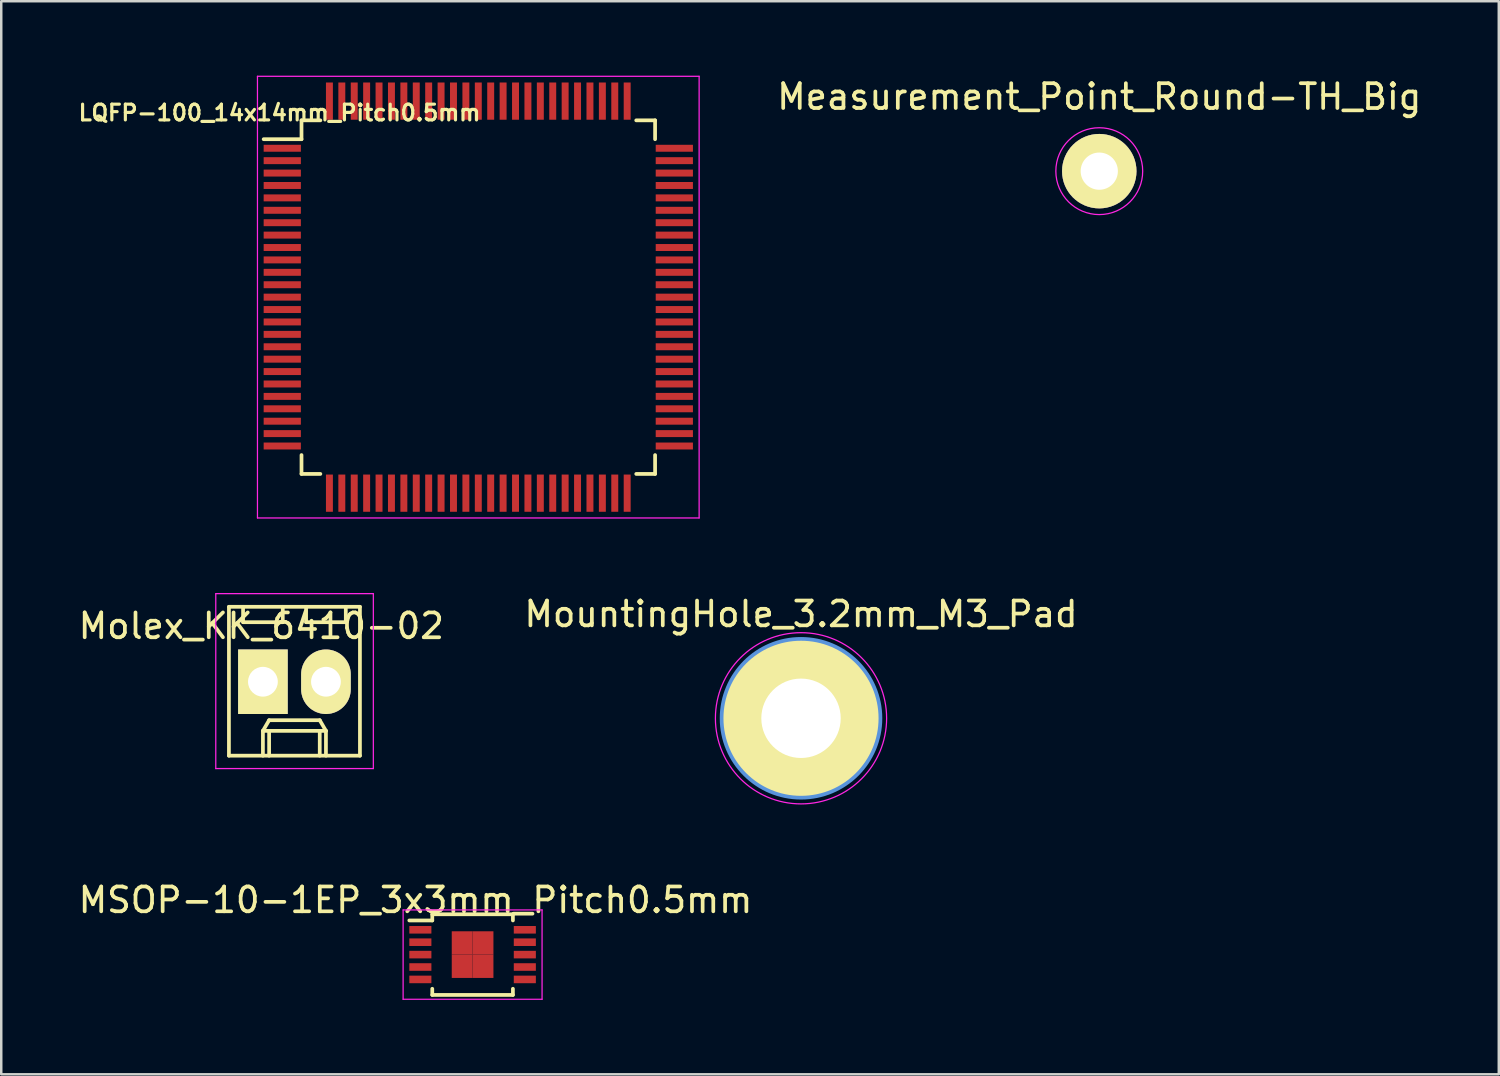
<source format=kicad_pcb>
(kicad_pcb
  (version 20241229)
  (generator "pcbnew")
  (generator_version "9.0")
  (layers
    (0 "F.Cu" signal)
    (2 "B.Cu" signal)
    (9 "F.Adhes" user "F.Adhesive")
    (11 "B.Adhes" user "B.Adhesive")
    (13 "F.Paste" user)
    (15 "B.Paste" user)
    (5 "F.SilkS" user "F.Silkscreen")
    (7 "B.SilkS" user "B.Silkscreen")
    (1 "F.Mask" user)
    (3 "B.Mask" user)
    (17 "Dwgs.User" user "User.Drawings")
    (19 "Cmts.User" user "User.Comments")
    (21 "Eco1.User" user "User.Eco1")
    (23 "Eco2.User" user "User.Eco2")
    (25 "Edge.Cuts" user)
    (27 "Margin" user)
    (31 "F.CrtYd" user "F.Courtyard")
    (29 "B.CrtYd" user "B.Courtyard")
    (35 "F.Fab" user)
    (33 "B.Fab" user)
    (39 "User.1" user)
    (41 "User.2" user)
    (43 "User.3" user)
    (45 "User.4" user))
  (footprint "LQFP-100_14x14mm_Pitch0.5mm"
    (layer "F.Cu")
    (at 16.226 8.925)
    (property "Reference" "LQFP-100_14x14mm_Pitch0.5mm" (at -8.01 -7.43 0) (layer "F.SilkS") (effects (font (size 0.635 0.635) (thickness 0.127))))
    (attr smd)
    (fp_line (start -7.125 -7.125) (end -7.125 -6.365) (stroke (width 0.15) (type solid)) (layer "F.SilkS"))
    (fp_line (start -7.125 -7.125) (end -6.365 -7.125) (stroke (width 0.15) (type solid)) (layer "F.SilkS"))
    (fp_line (start -7.125 -6.365) (end -8.65 -6.365) (stroke (width 0.15) (type solid)) (layer "F.SilkS"))
    (fp_line (start -7.125 7.125) (end -7.125 6.365) (stroke (width 0.15) (type solid)) (layer "F.SilkS"))
    (fp_line (start -7.125 7.125) (end -6.365 7.125) (stroke (width 0.15) (type solid)) (layer "F.SilkS"))
    (fp_line (start 7.125 -7.125) (end 6.365 -7.125) (stroke (width 0.15) (type solid)) (layer "F.SilkS"))
    (fp_line (start 7.125 -7.125) (end 7.125 -6.365) (stroke (width 0.15) (type solid)) (layer "F.SilkS"))
    (fp_line (start 7.125 7.125) (end 6.365 7.125) (stroke (width 0.15) (type solid)) (layer "F.SilkS"))
    (fp_line (start 7.125 7.125) (end 7.125 6.365) (stroke (width 0.15) (type solid)) (layer "F.SilkS"))
    (fp_line (start -8.9 -8.9) (end -8.9 8.9) (stroke (width 0.05) (type solid)) (layer "F.CrtYd"))
    (fp_line (start -8.9 -8.9) (end 8.9 -8.9) (stroke (width 0.05) (type solid)) (layer "F.CrtYd"))
    (fp_line (start -8.9 8.9) (end 8.9 8.9) (stroke (width 0.05) (type solid)) (layer "F.CrtYd"))
    (fp_line (start 8.9 -8.9) (end 8.9 8.9) (stroke (width 0.05) (type solid)) (layer "F.CrtYd"))
    (pad "1" smd rect (at -7.9 -6) (size 1.5 0.28) (layers "F.Cu" "F.Mask" "F.Paste"))
    (pad "2" smd rect (at -7.9 -5.5) (size 1.5 0.28) (layers "F.Cu" "F.Mask" "F.Paste"))
    (pad "3" smd rect (at -7.9 -5) (size 1.5 0.28) (layers "F.Cu" "F.Mask" "F.Paste"))
    (pad "4" smd rect (at -7.9 -4.5) (size 1.5 0.28) (layers "F.Cu" "F.Mask" "F.Paste"))
    (pad "5" smd rect (at -7.9 -4) (size 1.5 0.28) (layers "F.Cu" "F.Mask" "F.Paste"))
    (pad "6" smd rect (at -7.9 -3.5) (size 1.5 0.28) (layers "F.Cu" "F.Mask" "F.Paste"))
    (pad "7" smd rect (at -7.9 -3) (size 1.5 0.28) (layers "F.Cu" "F.Mask" "F.Paste"))
    (pad "8" smd rect (at -7.9 -2.5) (size 1.5 0.28) (layers "F.Cu" "F.Mask" "F.Paste"))
    (pad "9" smd rect (at -7.9 -2) (size 1.5 0.28) (layers "F.Cu" "F.Mask" "F.Paste"))
    (pad "10" smd rect (at -7.9 -1.5) (size 1.5 0.28) (layers "F.Cu" "F.Mask" "F.Paste"))
    (pad "11" smd rect (at -7.9 -1) (size 1.5 0.28) (layers "F.Cu" "F.Mask" "F.Paste"))
    (pad "12" smd rect (at -7.9 -0.5) (size 1.5 0.28) (layers "F.Cu" "F.Mask" "F.Paste"))
    (pad "13" smd rect (at -7.9 0) (size 1.5 0.28) (layers "F.Cu" "F.Mask" "F.Paste"))
    (pad "14" smd rect (at -7.9 0.5) (size 1.5 0.28) (layers "F.Cu" "F.Mask" "F.Paste"))
    (pad "15" smd rect (at -7.9 1) (size 1.5 0.28) (layers "F.Cu" "F.Mask" "F.Paste"))
    (pad "16" smd rect (at -7.9 1.5) (size 1.5 0.28) (layers "F.Cu" "F.Mask" "F.Paste"))
    (pad "17" smd rect (at -7.9 2) (size 1.5 0.28) (layers "F.Cu" "F.Mask" "F.Paste"))
    (pad "18" smd rect (at -7.9 2.5) (size 1.5 0.28) (layers "F.Cu" "F.Mask" "F.Paste"))
    (pad "19" smd rect (at -7.9 3) (size 1.5 0.28) (layers "F.Cu" "F.Mask" "F.Paste"))
    (pad "20" smd rect (at -7.9 3.5) (size 1.5 0.28) (layers "F.Cu" "F.Mask" "F.Paste"))
    (pad "21" smd rect (at -7.9 4) (size 1.5 0.28) (layers "F.Cu" "F.Mask" "F.Paste"))
    (pad "22" smd rect (at -7.9 4.5) (size 1.5 0.28) (layers "F.Cu" "F.Mask" "F.Paste"))
    (pad "23" smd rect (at -7.9 5) (size 1.5 0.28) (layers "F.Cu" "F.Mask" "F.Paste"))
    (pad "24" smd rect (at -7.9 5.5) (size 1.5 0.28) (layers "F.Cu" "F.Mask" "F.Paste"))
    (pad "25" smd rect (at -7.9 6) (size 1.5 0.28) (layers "F.Cu" "F.Mask" "F.Paste"))
    (pad "26" smd rect (at -6 7.9 90) (size 1.5 0.28) (layers "F.Cu" "F.Mask" "F.Paste"))
    (pad "27" smd rect (at -5.5 7.9 90) (size 1.5 0.28) (layers "F.Cu" "F.Mask" "F.Paste"))
    (pad "28" smd rect (at -5 7.9 90) (size 1.5 0.28) (layers "F.Cu" "F.Mask" "F.Paste"))
    (pad "29" smd rect (at -4.5 7.9 90) (size 1.5 0.28) (layers "F.Cu" "F.Mask" "F.Paste"))
    (pad "30" smd rect (at -4 7.9 90) (size 1.5 0.28) (layers "F.Cu" "F.Mask" "F.Paste"))
    (pad "31" smd rect (at -3.5 7.9 90) (size 1.5 0.28) (layers "F.Cu" "F.Mask" "F.Paste"))
    (pad "32" smd rect (at -3 7.9 90) (size 1.5 0.28) (layers "F.Cu" "F.Mask" "F.Paste"))
    (pad "33" smd rect (at -2.5 7.9 90) (size 1.5 0.28) (layers "F.Cu" "F.Mask" "F.Paste"))
    (pad "34" smd rect (at -2 7.9 90) (size 1.5 0.28) (layers "F.Cu" "F.Mask" "F.Paste"))
    (pad "35" smd rect (at -1.5 7.9 90) (size 1.5 0.28) (layers "F.Cu" "F.Mask" "F.Paste"))
    (pad "36" smd rect (at -1 7.9 90) (size 1.5 0.28) (layers "F.Cu" "F.Mask" "F.Paste"))
    (pad "37" smd rect (at -0.5 7.9 90) (size 1.5 0.28) (layers "F.Cu" "F.Mask" "F.Paste"))
    (pad "38" smd rect (at 0 7.9 90) (size 1.5 0.28) (layers "F.Cu" "F.Mask" "F.Paste"))
    (pad "39" smd rect (at 0.5 7.9 90) (size 1.5 0.28) (layers "F.Cu" "F.Mask" "F.Paste"))
    (pad "40" smd rect (at 1 7.9 90) (size 1.5 0.28) (layers "F.Cu" "F.Mask" "F.Paste"))
    (pad "41" smd rect (at 1.5 7.9 90) (size 1.5 0.28) (layers "F.Cu" "F.Mask" "F.Paste"))
    (pad "42" smd rect (at 2 7.9 90) (size 1.5 0.28) (layers "F.Cu" "F.Mask" "F.Paste"))
    (pad "43" smd rect (at 2.5 7.9 90) (size 1.5 0.28) (layers "F.Cu" "F.Mask" "F.Paste"))
    (pad "44" smd rect (at 3 7.9 90) (size 1.5 0.28) (layers "F.Cu" "F.Mask" "F.Paste"))
    (pad "45" smd rect (at 3.5 7.9 90) (size 1.5 0.28) (layers "F.Cu" "F.Mask" "F.Paste"))
    (pad "46" smd rect (at 4 7.9 90) (size 1.5 0.28) (layers "F.Cu" "F.Mask" "F.Paste"))
    (pad "47" smd rect (at 4.5 7.9 90) (size 1.5 0.28) (layers "F.Cu" "F.Mask" "F.Paste"))
    (pad "48" smd rect (at 5 7.9 90) (size 1.5 0.28) (layers "F.Cu" "F.Mask" "F.Paste"))
    (pad "49" smd rect (at 5.5 7.9 90) (size 1.5 0.28) (layers "F.Cu" "F.Mask" "F.Paste"))
    (pad "50" smd rect (at 6 7.9 90) (size 1.5 0.28) (layers "F.Cu" "F.Mask" "F.Paste"))
    (pad "51" smd rect (at 7.9 6) (size 1.5 0.28) (layers "F.Cu" "F.Mask" "F.Paste"))
    (pad "52" smd rect (at 7.9 5.5) (size 1.5 0.28) (layers "F.Cu" "F.Mask" "F.Paste"))
    (pad "53" smd rect (at 7.9 5) (size 1.5 0.28) (layers "F.Cu" "F.Mask" "F.Paste"))
    (pad "54" smd rect (at 7.9 4.5) (size 1.5 0.28) (layers "F.Cu" "F.Mask" "F.Paste"))
    (pad "55" smd rect (at 7.9 4) (size 1.5 0.28) (layers "F.Cu" "F.Mask" "F.Paste"))
    (pad "56" smd rect (at 7.9 3.5) (size 1.5 0.28) (layers "F.Cu" "F.Mask" "F.Paste"))
    (pad "57" smd rect (at 7.9 3) (size 1.5 0.28) (layers "F.Cu" "F.Mask" "F.Paste"))
    (pad "58" smd rect (at 7.9 2.5) (size 1.5 0.28) (layers "F.Cu" "F.Mask" "F.Paste"))
    (pad "59" smd rect (at 7.9 2) (size 1.5 0.28) (layers "F.Cu" "F.Mask" "F.Paste"))
    (pad "60" smd rect (at 7.9 1.5) (size 1.5 0.28) (layers "F.Cu" "F.Mask" "F.Paste"))
    (pad "61" smd rect (at 7.9 1) (size 1.5 0.28) (layers "F.Cu" "F.Mask" "F.Paste"))
    (pad "62" smd rect (at 7.9 0.5) (size 1.5 0.28) (layers "F.Cu" "F.Mask" "F.Paste"))
    (pad "63" smd rect (at 7.9 0) (size 1.5 0.28) (layers "F.Cu" "F.Mask" "F.Paste"))
    (pad "64" smd rect (at 7.9 -0.5) (size 1.5 0.28) (layers "F.Cu" "F.Mask" "F.Paste"))
    (pad "65" smd rect (at 7.9 -1) (size 1.5 0.28) (layers "F.Cu" "F.Mask" "F.Paste"))
    (pad "66" smd rect (at 7.9 -1.5) (size 1.5 0.28) (layers "F.Cu" "F.Mask" "F.Paste"))
    (pad "67" smd rect (at 7.9 -2) (size 1.5 0.28) (layers "F.Cu" "F.Mask" "F.Paste"))
    (pad "68" smd rect (at 7.9 -2.5) (size 1.5 0.28) (layers "F.Cu" "F.Mask" "F.Paste"))
    (pad "69" smd rect (at 7.9 -3) (size 1.5 0.28) (layers "F.Cu" "F.Mask" "F.Paste"))
    (pad "70" smd rect (at 7.9 -3.5) (size 1.5 0.28) (layers "F.Cu" "F.Mask" "F.Paste"))
    (pad "71" smd rect (at 7.9 -4) (size 1.5 0.28) (layers "F.Cu" "F.Mask" "F.Paste"))
    (pad "72" smd rect (at 7.9 -4.5) (size 1.5 0.28) (layers "F.Cu" "F.Mask" "F.Paste"))
    (pad "73" smd rect (at 7.9 -5) (size 1.5 0.28) (layers "F.Cu" "F.Mask" "F.Paste"))
    (pad "74" smd rect (at 7.9 -5.5) (size 1.5 0.28) (layers "F.Cu" "F.Mask" "F.Paste"))
    (pad "75" smd rect (at 7.9 -6) (size 1.5 0.28) (layers "F.Cu" "F.Mask" "F.Paste"))
    (pad "76" smd rect (at 6 -7.9 90) (size 1.5 0.28) (layers "F.Cu" "F.Mask" "F.Paste"))
    (pad "77" smd rect (at 5.5 -7.9 90) (size 1.5 0.28) (layers "F.Cu" "F.Mask" "F.Paste"))
    (pad "78" smd rect (at 5 -7.9 90) (size 1.5 0.28) (layers "F.Cu" "F.Mask" "F.Paste"))
    (pad "79" smd rect (at 4.5 -7.9 90) (size 1.5 0.28) (layers "F.Cu" "F.Mask" "F.Paste"))
    (pad "80" smd rect (at 4 -7.9 90) (size 1.5 0.28) (layers "F.Cu" "F.Mask" "F.Paste"))
    (pad "81" smd rect (at 3.5 -7.9 90) (size 1.5 0.28) (layers "F.Cu" "F.Mask" "F.Paste"))
    (pad "82" smd rect (at 3 -7.9 90) (size 1.5 0.28) (layers "F.Cu" "F.Mask" "F.Paste"))
    (pad "83" smd rect (at 2.5 -7.9 90) (size 1.5 0.28) (layers "F.Cu" "F.Mask" "F.Paste"))
    (pad "84" smd rect (at 2 -7.9 90) (size 1.5 0.28) (layers "F.Cu" "F.Mask" "F.Paste"))
    (pad "85" smd rect (at 1.5 -7.9 90) (size 1.5 0.28) (layers "F.Cu" "F.Mask" "F.Paste"))
    (pad "86" smd rect (at 1 -7.9 90) (size 1.5 0.28) (layers "F.Cu" "F.Mask" "F.Paste"))
    (pad "87" smd rect (at 0.5 -7.9 90) (size 1.5 0.28) (layers "F.Cu" "F.Mask" "F.Paste"))
    (pad "88" smd rect (at 0 -7.9 90) (size 1.5 0.28) (layers "F.Cu" "F.Mask" "F.Paste"))
    (pad "89" smd rect (at -0.5 -7.9 90) (size 1.5 0.28) (layers "F.Cu" "F.Mask" "F.Paste"))
    (pad "90" smd rect (at -1 -7.9 90) (size 1.5 0.28) (layers "F.Cu" "F.Mask" "F.Paste"))
    (pad "91" smd rect (at -1.5 -7.9 90) (size 1.5 0.28) (layers "F.Cu" "F.Mask" "F.Paste"))
    (pad "92" smd rect (at -2 -7.9 90) (size 1.5 0.28) (layers "F.Cu" "F.Mask" "F.Paste"))
    (pad "93" smd rect (at -2.5 -7.9 90) (size 1.5 0.28) (layers "F.Cu" "F.Mask" "F.Paste"))
    (pad "94" smd rect (at -3 -7.9 90) (size 1.5 0.28) (layers "F.Cu" "F.Mask" "F.Paste"))
    (pad "95" smd rect (at -3.5 -7.9 90) (size 1.5 0.28) (layers "F.Cu" "F.Mask" "F.Paste"))
    (pad "96" smd rect (at -4 -7.9 90) (size 1.5 0.28) (layers "F.Cu" "F.Mask" "F.Paste"))
    (pad "97" smd rect (at -4.5 -7.9 90) (size 1.5 0.28) (layers "F.Cu" "F.Mask" "F.Paste"))
    (pad "98" smd rect (at -5 -7.9 90) (size 1.5 0.28) (layers "F.Cu" "F.Mask" "F.Paste"))
    (pad "99" smd rect (at -5.5 -7.9 90) (size 1.5 0.28) (layers "F.Cu" "F.Mask" "F.Paste"))
    (pad "100" smd rect (at -6 -7.9 90) (size 1.5 0.28) (layers "F.Cu" "F.Mask" "F.Paste")))
  (footprint "MountingHole_3.2mm_M3_Pad"
    (layer "F.Cu")
    (at 29.232 25.898)
    (property "Reference" "MountingHole_3.2mm_M3_Pad" (at 0 -4.2 0) (layer "F.SilkS") (effects (font (size 1 1) (thickness 0.15))))
    (attr through_hole)
    (fp_circle (center 0 0) (end 3.2 0) (stroke (width 0.15) (type solid)) (fill no) (layer "Cmts.User"))
    (fp_circle (center 0 0) (end 3.45 0) (stroke (width 0.05) (type solid)) (fill no) (layer "F.CrtYd"))
    (pad "1" thru_hole circle (at 0 0) (size 6.4 6.4) (drill 3.2) (layers "*.Cu" "*.Mask" "F.SilkS")))
  (footprint "Molex_KK_6410-02"
    (layer "F.Cu")
    (at 7.546 24.425)
    (property "Reference" "Molex_KK_6410-02" (at -0.064 -2.248 0) (layer "F.SilkS") (effects (font (size 1 1) (thickness 0.15))))
    (attr through_hole)
    (fp_line (start -1.37 -3.02) (end -1.37 2.98) (stroke (width 0.15) (type solid)) (layer "F.SilkS"))
    (fp_line (start -1.37 2.98) (end 3.91 2.98) (stroke (width 0.15) (type solid)) (layer "F.SilkS"))
    (fp_line (start -0.8 -3.02) (end -0.8 -2.4) (stroke (width 0.15) (type solid)) (layer "F.SilkS"))
    (fp_line (start -0.8 -2.4) (end 0.8 -2.4) (stroke (width 0.15) (type solid)) (layer "F.SilkS"))
    (fp_line (start 0 1.98) (end 0.25 1.55) (stroke (width 0.15) (type solid)) (layer "F.SilkS"))
    (fp_line (start 0 1.98) (end 2.54 1.98) (stroke (width 0.15) (type solid)) (layer "F.SilkS"))
    (fp_line (start 0 2.98) (end 0 1.98) (stroke (width 0.15) (type solid)) (layer "F.SilkS"))
    (fp_line (start 0.25 1.55) (end 2.29 1.55) (stroke (width 0.15) (type solid)) (layer "F.SilkS"))
    (fp_line (start 0.25 2.98) (end 0.25 1.98) (stroke (width 0.15) (type solid)) (layer "F.SilkS"))
    (fp_line (start 0.8 -2.4) (end 0.8 -3.02) (stroke (width 0.15) (type solid)) (layer "F.SilkS"))
    (fp_line (start 1.74 -3.02) (end 1.74 -2.4) (stroke (width 0.15) (type solid)) (layer "F.SilkS"))
    (fp_line (start 1.74 -2.4) (end 3.34 -2.4) (stroke (width 0.15) (type solid)) (layer "F.SilkS"))
    (fp_line (start 2.29 1.55) (end 2.54 1.98) (stroke (width 0.15) (type solid)) (layer "F.SilkS"))
    (fp_line (start 2.29 2.98) (end 2.29 1.98) (stroke (width 0.15) (type solid)) (layer "F.SilkS"))
    (fp_line (start 2.54 1.98) (end 2.54 2.98) (stroke (width 0.15) (type solid)) (layer "F.SilkS"))
    (fp_line (start 3.34 -2.4) (end 3.34 -3.02) (stroke (width 0.15) (type solid)) (layer "F.SilkS"))
    (fp_line (start 3.91 -3.02) (end -1.37 -3.02) (stroke (width 0.15) (type solid)) (layer "F.SilkS"))
    (fp_line (start 3.91 2.98) (end 3.91 -3.02) (stroke (width 0.15) (type solid)) (layer "F.SilkS"))
    (fp_line (start -1.9 -3.55) (end 4.45 -3.55) (stroke (width 0.05) (type solid)) (layer "F.CrtYd"))
    (fp_line (start -1.9 3.5) (end -1.9 -3.55) (stroke (width 0.05) (type solid)) (layer "F.CrtYd"))
    (fp_line (start 4.45 -3.55) (end 4.45 3.5) (stroke (width 0.05) (type solid)) (layer "F.CrtYd"))
    (fp_line (start 4.45 3.5) (end -1.9 3.5) (stroke (width 0.05) (type solid)) (layer "F.CrtYd"))
    (pad "1" thru_hole rect (at 0 0) (size 2 2.6) (drill 1.2) (layers "*.Cu" "*.Mask" "F.SilkS"))
    (pad "2" thru_hole oval (at 2.54 0) (size 2 2.6) (drill 1.2) (layers "*.Cu" "*.Mask" "F.SilkS")))
  (footprint "MSOP-10-1EP_3x3mm_Pitch0.5mm"
    (layer "F.Cu")
    (at 15.996 35.422)
    (property "Reference" "MSOP-10-1EP_3x3mm_Pitch0.5mm" (at -2.3 -2.2 0) (layer "F.SilkS") (effects (font (size 1 1) (thickness 0.15))))
    (attr smd)
    (fp_line (start -1.625 -1.625) (end -1.625 -1.377) (stroke (width 0.15) (type solid)) (layer "F.SilkS"))
    (fp_line (start -1.625 -1.625) (end 1.625 -1.625) (stroke (width 0.15) (type solid)) (layer "F.SilkS"))
    (fp_line (start -1.625 -1.377) (end -2.55 -1.377) (stroke (width 0.15) (type solid)) (layer "F.SilkS"))
    (fp_line (start -1.625 1.625) (end -1.625 1.377) (stroke (width 0.15) (type solid)) (layer "F.SilkS"))
    (fp_line (start -1.625 1.625) (end 1.625 1.625) (stroke (width 0.15) (type solid)) (layer "F.SilkS"))
    (fp_line (start 1.625 -1.625) (end 1.625 -1.377) (stroke (width 0.15) (type solid)) (layer "F.SilkS"))
    (fp_line (start 1.625 1.625) (end 1.625 1.377) (stroke (width 0.15) (type solid)) (layer "F.SilkS"))
    (fp_line (start -2.8 -1.8) (end -2.8 1.8) (stroke (width 0.05) (type solid)) (layer "F.CrtYd"))
    (fp_line (start -2.8 -1.8) (end 2.8 -1.8) (stroke (width 0.05) (type solid)) (layer "F.CrtYd"))
    (fp_line (start -2.8 1.8) (end 2.8 1.8) (stroke (width 0.05) (type solid)) (layer "F.CrtYd"))
    (fp_line (start 2.8 -1.8) (end 2.8 1.8) (stroke (width 0.05) (type solid)) (layer "F.CrtYd"))
    (pad "1" smd rect (at -2.105 -1) (size 0.89 0.305) (layers "F.Cu" "F.Mask" "F.Paste"))
    (pad "2" smd rect (at -2.105 -0.5) (size 0.89 0.305) (layers "F.Cu" "F.Mask" "F.Paste"))
    (pad "3" smd rect (at -2.105 0) (size 0.89 0.305) (layers "F.Cu" "F.Mask" "F.Paste"))
    (pad "4" smd rect (at -2.105 0.5) (size 0.89 0.305) (layers "F.Cu" "F.Mask" "F.Paste"))
    (pad "5" smd rect (at -2.105 1) (size 0.89 0.305) (layers "F.Cu" "F.Mask" "F.Paste"))
    (pad "6" smd rect (at 2.105 1) (size 0.89 0.305) (layers "F.Cu" "F.Mask" "F.Paste"))
    (pad "7" smd rect (at 2.105 0.5) (size 0.89 0.305) (layers "F.Cu" "F.Mask" "F.Paste"))
    (pad "8" smd rect (at 2.105 0) (size 0.89 0.305) (layers "F.Cu" "F.Mask" "F.Paste"))
    (pad "9" smd rect (at 2.105 -0.5) (size 0.89 0.305) (layers "F.Cu" "F.Mask" "F.Paste"))
    (pad "10" smd rect (at 2.105 -1) (size 0.89 0.305) (layers "F.Cu" "F.Mask" "F.Paste"))
    (pad "11" smd rect (at -0.42 -0.47) (size 0.84 0.94) (layers "F.Cu" "F.Mask" "F.Paste"))
    (pad "11" smd rect (at -0.42 0.47) (size 0.84 0.94) (layers "F.Cu" "F.Mask" "F.Paste"))
    (pad "11" smd rect (at 0.42 -0.47) (size 0.84 0.94) (layers "F.Cu" "F.Mask" "F.Paste"))
    (pad "11" smd rect (at 0.42 0.47) (size 0.84 0.94) (layers "F.Cu" "F.Mask" "F.Paste")))
  (footprint "Measurement_Point_Round-TH_Big"
    (layer "F.Cu")
    (at 41.252 3.848)
    (property "Reference" "Measurement_Point_Round-TH_Big" (at 0 -3 0) (layer "F.SilkS") (effects (font (size 1 1) (thickness 0.15))))
    (attr exclude_from_pos_files exclude_from_bom)
    (fp_circle (center 0 0) (end 1.75 0) (stroke (width 0.05) (type solid)) (fill no) (layer "F.CrtYd"))
    (pad "1" thru_hole circle (at 0 0) (size 3 3) (drill 1.5) (layers "*.Cu" "*.Mask" "F.SilkS")))
  (gr_rect
    (start -3 -3)
    (end 57.353 40.246)
    (stroke (width 0.1) (type default))
    (fill no)
    (layer "Edge.Cuts")))
</source>
